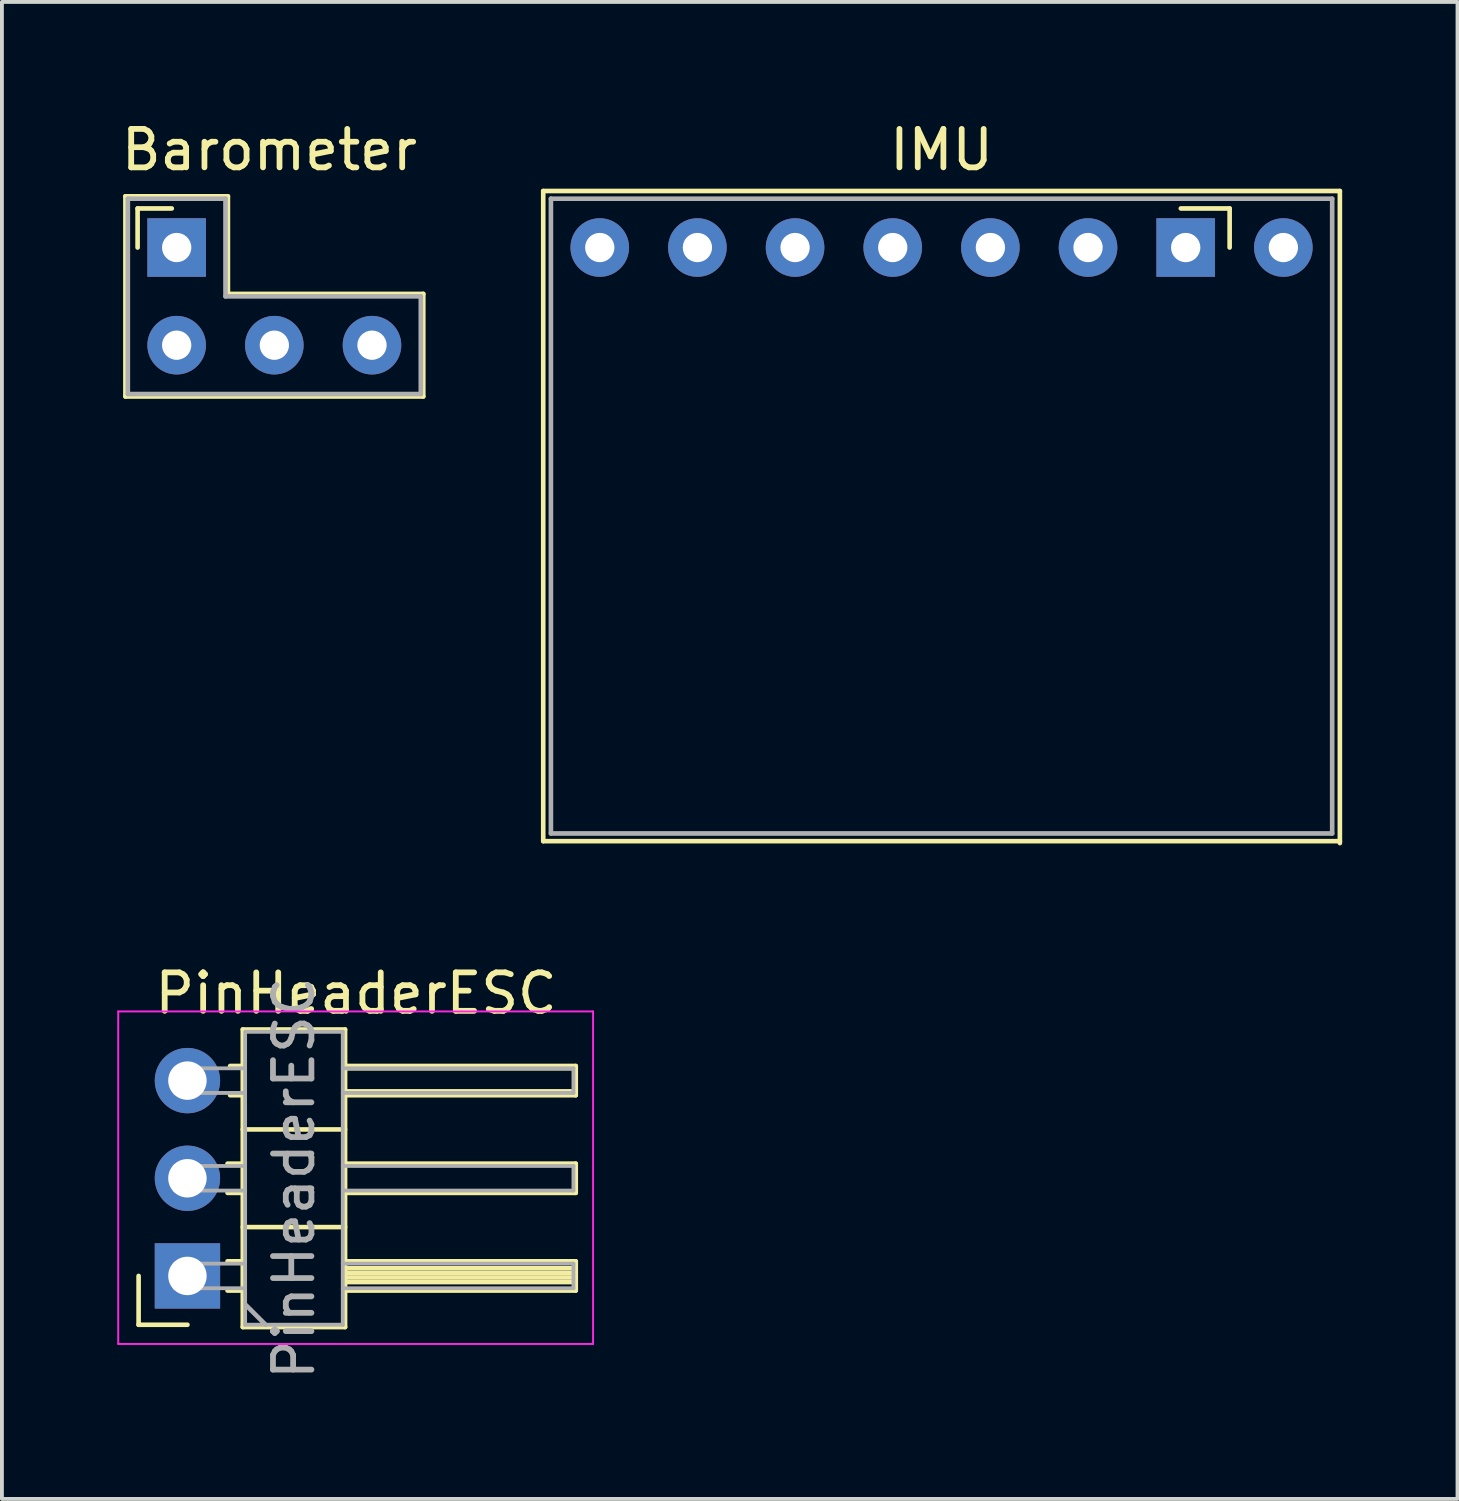
<source format=kicad_pcb>
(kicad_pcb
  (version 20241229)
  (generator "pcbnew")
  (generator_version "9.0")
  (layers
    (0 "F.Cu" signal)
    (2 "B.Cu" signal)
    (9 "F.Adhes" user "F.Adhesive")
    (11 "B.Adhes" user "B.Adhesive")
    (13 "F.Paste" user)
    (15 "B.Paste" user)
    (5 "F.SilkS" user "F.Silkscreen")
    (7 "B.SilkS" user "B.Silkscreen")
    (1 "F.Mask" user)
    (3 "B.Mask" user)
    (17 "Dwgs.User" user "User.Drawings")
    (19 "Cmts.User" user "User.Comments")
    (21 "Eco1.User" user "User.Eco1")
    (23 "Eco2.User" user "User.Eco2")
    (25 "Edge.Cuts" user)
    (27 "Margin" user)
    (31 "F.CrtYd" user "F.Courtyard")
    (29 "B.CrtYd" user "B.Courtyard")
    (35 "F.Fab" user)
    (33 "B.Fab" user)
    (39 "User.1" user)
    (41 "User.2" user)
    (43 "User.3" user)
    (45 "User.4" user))
  (footprint "IMU"
    (layer "F.Cu")
    (at 21.439 2.118)
    (property "Reference" "IMU" (at 0 -1.27 0) (layer "F.SilkS") (effects (font (size 1 1) (thickness 0.15))))
    (attr through_hole)
    (fp_line (start -10.36 -0.2) (end -10.36 16.71) (stroke (width 0.12) (type solid)) (layer "F.SilkS"))
    (fp_line (start -10.36 16.71) (end 10.36 16.71) (stroke (width 0.12) (type solid)) (layer "F.SilkS"))
    (fp_line (start 7.493 0.254) (end 6.223 0.254) (stroke (width 0.12) (type solid)) (layer "F.SilkS"))
    (fp_line (start 7.493 1.27) (end 7.493 0.254) (stroke (width 0.12) (type solid)) (layer "F.SilkS"))
    (fp_line (start 10.36 -0.2) (end -10.36 -0.2) (stroke (width 0.12) (type solid)) (layer "F.SilkS"))
    (fp_line (start 10.36 -0.2) (end 10.36 16.76) (stroke (width 0.12) (type solid)) (layer "F.SilkS"))
    (fp_line (start -10.16 0) (end -10.16 16.51) (stroke (width 0.12) (type solid)) (layer "F.Fab"))
    (fp_line (start -10.16 16.51) (end 10.16 16.51) (stroke (width 0.12) (type solid)) (layer "F.Fab"))
    (fp_line (start 10.16 0) (end -10.16 0) (stroke (width 0.12) (type solid)) (layer "F.Fab"))
    (fp_line (start 10.16 16.51) (end 10.16 0) (stroke (width 0.12) (type solid)) (layer "F.Fab"))
    (pad "1" thru_hole circle (at 8.89 1.27) (size 1.524 1.524) (drill 0.762) (layers "*.Cu" "*.Mask"))
    (pad "2" thru_hole rect (at 6.35 1.27) (size 1.524 1.524) (drill 0.762) (layers "*.Cu" "*.Mask"))
    (pad "3" thru_hole circle (at 3.81 1.27) (size 1.524 1.524) (drill 0.762) (layers "*.Cu" "*.Mask"))
    (pad "4" thru_hole circle (at 1.27 1.27) (size 1.524 1.524) (drill 0.762) (layers "*.Cu" "*.Mask"))
    (pad "5" thru_hole circle (at -1.27 1.27) (size 1.524 1.524) (drill 0.762) (layers "*.Cu" "*.Mask"))
    (pad "6" thru_hole circle (at -3.81 1.27) (size 1.524 1.524) (drill 0.762) (layers "*.Cu" "*.Mask"))
    (pad "7" thru_hole circle (at -6.35 1.27) (size 1.524 1.524) (drill 0.762) (layers "*.Cu" "*.Mask"))
    (pad "8" thru_hole circle (at -8.89 1.27) (size 1.524 1.524) (drill 0.762) (layers "*.Cu" "*.Mask")))
  (footprint "Barometer"
    (layer "F.Cu")
    (at 3.831 3.515)
    (property "Reference" "Barometer" (at 0.127 -2.667 0) (layer "F.SilkS") (effects (font (size 1 1) (thickness 0.15))))
    (attr through_hole)
    (fp_line (start -3.619 -1.46) (end -0.953 -1.46) (stroke (width 0.12) (type solid)) (layer "F.SilkS"))
    (fp_line (start -3.619 3.747) (end -3.619 -1.46) (stroke (width 0.12) (type solid)) (layer "F.SilkS"))
    (fp_line (start -3.302 -1.143) (end -2.413 -1.143) (stroke (width 0.12) (type solid)) (layer "F.SilkS"))
    (fp_line (start -3.302 -0.127) (end -3.302 -1.143) (stroke (width 0.12) (type solid)) (layer "F.SilkS"))
    (fp_line (start -0.953 -1.46) (end -0.953 1.079) (stroke (width 0.12) (type solid)) (layer "F.SilkS"))
    (fp_line (start -0.953 1.079) (end 4.128 1.079) (stroke (width 0.12) (type solid)) (layer "F.SilkS"))
    (fp_line (start 4.128 1.079) (end 4.128 3.747) (stroke (width 0.12) (type solid)) (layer "F.SilkS"))
    (fp_line (start 4.128 3.747) (end -3.619 3.747) (stroke (width 0.12) (type solid)) (layer "F.SilkS"))
    (fp_line (start -3.556 -1.397) (end -3.556 3.683) (stroke (width 0.12) (type solid)) (layer "F.Fab"))
    (fp_line (start -3.556 3.683) (end 4.064 3.683) (stroke (width 0.12) (type solid)) (layer "F.Fab"))
    (fp_line (start -1.016 -1.397) (end -3.556 -1.397) (stroke (width 0.12) (type solid)) (layer "F.Fab"))
    (fp_line (start -1.016 1.143) (end -1.016 -1.397) (stroke (width 0.12) (type solid)) (layer "F.Fab"))
    (fp_line (start 4.064 1.143) (end -1.016 1.143) (stroke (width 0.12) (type solid)) (layer "F.Fab"))
    (fp_line (start 4.064 3.683) (end 4.064 1.143) (stroke (width 0.12) (type solid)) (layer "F.Fab"))
    (pad "1" thru_hole rect (at -2.286 -0.127) (size 1.524 1.524) (drill 0.762) (layers "*.Cu" "*.Mask"))
    (pad "2" thru_hole circle (at -2.286 2.413) (size 1.524 1.524) (drill 0.762) (layers "*.Cu" "*.Mask"))
    (pad "3" thru_hole circle (at 0.254 2.413) (size 1.524 1.524) (drill 0.762) (layers "*.Cu" "*.Mask"))
    (pad "4" thru_hole circle (at 2.794 2.413) (size 1.524 1.524) (drill 0.762) (layers "*.Cu" "*.Mask")))
  (footprint "PinHeaderESC"
    (layer "F.Cu")
    (at 1.825 25.056)
    (property "Reference" "PinHeaderESC" (at 4.385 -2.27 0) (layer "F.SilkS") (effects (font (size 1 1) (thickness 0.15))))
    (attr through_hole)
    (fp_line (start -1.27 6.35) (end -1.27 5.08) (stroke (width 0.12) (type solid)) (layer "F.SilkS"))
    (fp_line (start 0 6.35) (end -1.27 6.35) (stroke (width 0.12) (type solid)) (layer "F.SilkS"))
    (fp_line (start 1.043 2.16) (end 1.44 2.16) (stroke (width 0.12) (type solid)) (layer "F.SilkS"))
    (fp_line (start 1.043 2.92) (end 1.44 2.92) (stroke (width 0.12) (type solid)) (layer "F.SilkS"))
    (fp_line (start 1.043 4.7) (end 1.44 4.7) (stroke (width 0.12) (type solid)) (layer "F.SilkS"))
    (fp_line (start 1.043 5.46) (end 1.44 5.46) (stroke (width 0.12) (type solid)) (layer "F.SilkS"))
    (fp_line (start 1.11 -0.38) (end 1.44 -0.38) (stroke (width 0.12) (type solid)) (layer "F.SilkS"))
    (fp_line (start 1.11 0.38) (end 1.44 0.38) (stroke (width 0.12) (type solid)) (layer "F.SilkS"))
    (fp_line (start 1.44 -1.33) (end 1.44 6.41) (stroke (width 0.12) (type solid)) (layer "F.SilkS"))
    (fp_line (start 1.44 1.27) (end 4.1 1.27) (stroke (width 0.12) (type solid)) (layer "F.SilkS"))
    (fp_line (start 1.44 3.81) (end 4.1 3.81) (stroke (width 0.12) (type solid)) (layer "F.SilkS"))
    (fp_line (start 1.44 6.41) (end 4.1 6.41) (stroke (width 0.12) (type solid)) (layer "F.SilkS"))
    (fp_line (start 4.1 -1.33) (end 1.44 -1.33) (stroke (width 0.12) (type solid)) (layer "F.SilkS"))
    (fp_line (start 4.1 -0.38) (end 10.1 -0.38) (stroke (width 0.12) (type solid)) (layer "F.SilkS"))
    (fp_line (start 4.1 -0.32) (end 10.1 -0.32) (stroke (width 0.12) (type solid)) (layer "F.SilkS"))
    (fp_line (start 4.1 0.28) (end 10.1 0.28) (stroke (width 0.12) (type solid)) (layer "F.SilkS"))
    (fp_line (start 4.1 2.16) (end 10.1 2.16) (stroke (width 0.12) (type solid)) (layer "F.SilkS"))
    (fp_line (start 4.1 4.7) (end 10.1 4.7) (stroke (width 0.12) (type solid)) (layer "F.SilkS"))
    (fp_line (start 4.1 4.88) (end 10.1 4.88) (stroke (width 0.12) (type solid)) (layer "F.SilkS"))
    (fp_line (start 4.1 5) (end 10.1 5) (stroke (width 0.12) (type solid)) (layer "F.SilkS"))
    (fp_line (start 4.1 5.12) (end 10.1 5.12) (stroke (width 0.12) (type solid)) (layer "F.SilkS"))
    (fp_line (start 4.1 5.24) (end 10.1 5.24) (stroke (width 0.12) (type solid)) (layer "F.SilkS"))
    (fp_line (start 4.1 6.41) (end 4.1 -1.33) (stroke (width 0.12) (type solid)) (layer "F.SilkS"))
    (fp_line (start 10.1 -0.38) (end 10.1 0.38) (stroke (width 0.12) (type solid)) (layer "F.SilkS"))
    (fp_line (start 10.1 0.38) (end 4.1 0.38) (stroke (width 0.12) (type solid)) (layer "F.SilkS"))
    (fp_line (start 10.1 2.16) (end 10.1 2.92) (stroke (width 0.12) (type solid)) (layer "F.SilkS"))
    (fp_line (start 10.1 2.92) (end 4.1 2.92) (stroke (width 0.12) (type solid)) (layer "F.SilkS"))
    (fp_line (start 10.1 4.7) (end 10.1 5.46) (stroke (width 0.12) (type solid)) (layer "F.SilkS"))
    (fp_line (start 10.1 5.46) (end 4.1 5.46) (stroke (width 0.12) (type solid)) (layer "F.SilkS"))
    (fp_line (start -1.8 -1.8) (end -1.8 6.85) (stroke (width 0.05) (type solid)) (layer "F.CrtYd"))
    (fp_line (start -1.8 6.85) (end 10.55 6.85) (stroke (width 0.05) (type solid)) (layer "F.CrtYd"))
    (fp_line (start 10.55 -1.8) (end -1.8 -1.8) (stroke (width 0.05) (type solid)) (layer "F.CrtYd"))
    (fp_line (start 10.55 6.85) (end 10.55 -1.8) (stroke (width 0.05) (type solid)) (layer "F.CrtYd"))
    (fp_line (start -0.32 -0.32) (end -0.32 0.32) (stroke (width 0.1) (type solid)) (layer "F.Fab"))
    (fp_line (start -0.32 -0.32) (end 1.5 -0.32) (stroke (width 0.1) (type solid)) (layer "F.Fab"))
    (fp_line (start -0.32 0.32) (end 1.5 0.32) (stroke (width 0.1) (type solid)) (layer "F.Fab"))
    (fp_line (start -0.32 2.22) (end -0.32 2.86) (stroke (width 0.1) (type solid)) (layer "F.Fab"))
    (fp_line (start -0.32 2.22) (end 1.5 2.22) (stroke (width 0.1) (type solid)) (layer "F.Fab"))
    (fp_line (start -0.32 2.86) (end 1.5 2.86) (stroke (width 0.1) (type solid)) (layer "F.Fab"))
    (fp_line (start -0.32 4.76) (end -0.32 5.4) (stroke (width 0.1) (type solid)) (layer "F.Fab"))
    (fp_line (start -0.32 4.76) (end 1.5 4.76) (stroke (width 0.1) (type solid)) (layer "F.Fab"))
    (fp_line (start -0.32 5.4) (end 1.5 5.4) (stroke (width 0.1) (type solid)) (layer "F.Fab"))
    (fp_line (start 1.5 6.35) (end 1.5 -1.27) (stroke (width 0.1) (type solid)) (layer "F.Fab"))
    (fp_line (start 1.524 -1.27) (end 4.04 -1.27) (stroke (width 0.1) (type solid)) (layer "F.Fab"))
    (fp_line (start 2.032 6.35) (end 1.524 5.842) (stroke (width 0.12) (type solid)) (layer "F.Fab"))
    (fp_line (start 4.04 -1.27) (end 4.04 6.35) (stroke (width 0.1) (type solid)) (layer "F.Fab"))
    (fp_line (start 4.04 -0.32) (end 10.04 -0.32) (stroke (width 0.1) (type solid)) (layer "F.Fab"))
    (fp_line (start 4.04 0.32) (end 10.04 0.32) (stroke (width 0.1) (type solid)) (layer "F.Fab"))
    (fp_line (start 4.04 2.22) (end 10.04 2.22) (stroke (width 0.1) (type solid)) (layer "F.Fab"))
    (fp_line (start 4.04 2.86) (end 10.04 2.86) (stroke (width 0.1) (type solid)) (layer "F.Fab"))
    (fp_line (start 4.04 4.76) (end 10.04 4.76) (stroke (width 0.1) (type solid)) (layer "F.Fab"))
    (fp_line (start 4.04 5.4) (end 10.04 5.4) (stroke (width 0.1) (type solid)) (layer "F.Fab"))
    (fp_line (start 4.04 6.35) (end 1.5 6.35) (stroke (width 0.1) (type solid)) (layer "F.Fab"))
    (fp_line (start 10.04 -0.32) (end 10.04 0.32) (stroke (width 0.1) (type solid)) (layer "F.Fab"))
    (fp_line (start 10.04 2.22) (end 10.04 2.86) (stroke (width 0.1) (type solid)) (layer "F.Fab"))
    (fp_line (start 10.04 4.76) (end 10.04 5.4) (stroke (width 0.1) (type solid)) (layer "F.Fab"))
    (fp_text user "${REFERENCE}" (at 2.77 2.54 90) (layer "F.Fab") (effects (font (size 1 1) (thickness 0.15))))
    (pad "1" thru_hole circle (at 0 0) (size 1.7 1.7) (drill 1) (layers "*.Cu" "*.Mask" "B.Adhes"))
    (pad "2" thru_hole oval (at 0 2.54) (size 1.7 1.7) (drill 1) (layers "*.Cu" "*.Mask"))
    (pad "3" thru_hole rect (at 0 5.08) (size 1.7 1.7) (drill 1) (layers "*.Cu" "*.Mask")))
  (gr_rect
    (start -3 -3)
    (end 34.859 35.936)
    (stroke (width 0.1) (type default))
    (fill no)
    (layer "Edge.Cuts")))
</source>
